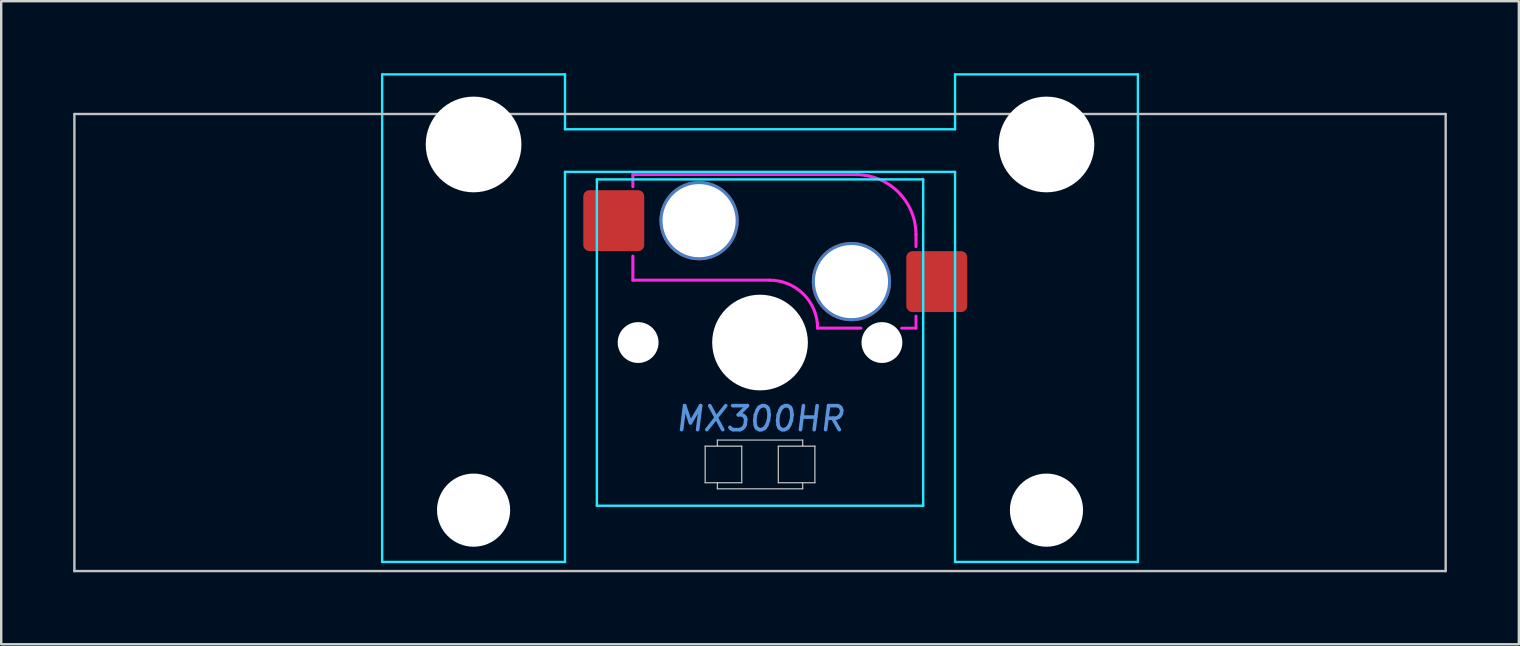
<source format=kicad_pcb>
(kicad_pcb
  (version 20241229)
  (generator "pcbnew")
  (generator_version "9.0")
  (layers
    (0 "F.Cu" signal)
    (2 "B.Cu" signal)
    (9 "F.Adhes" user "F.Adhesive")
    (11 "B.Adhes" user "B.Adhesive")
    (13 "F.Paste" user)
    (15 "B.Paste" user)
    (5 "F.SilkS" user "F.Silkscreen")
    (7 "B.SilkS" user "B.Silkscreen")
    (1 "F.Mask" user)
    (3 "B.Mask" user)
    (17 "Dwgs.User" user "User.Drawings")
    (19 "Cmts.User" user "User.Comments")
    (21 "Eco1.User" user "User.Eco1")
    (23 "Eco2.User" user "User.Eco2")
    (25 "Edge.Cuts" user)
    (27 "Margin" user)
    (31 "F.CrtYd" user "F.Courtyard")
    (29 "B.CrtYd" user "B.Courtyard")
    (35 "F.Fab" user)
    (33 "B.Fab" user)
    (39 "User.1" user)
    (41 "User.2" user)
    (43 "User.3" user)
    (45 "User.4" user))
  (footprint "MX300HR"
    (layer "F.Cu")
    (at 28.625 11.226)
    (property "Reference" "MX300HR" (at 0 3.175 0) (layer "Cmts.User") (effects (font (size 1 1) (thickness 0.15) (italic yes))))
    (attr smd)
    (fp_line (start -28.575 -9.525) (end -28.575 9.525) (stroke (width 0.1) (type solid)) (layer "Dwgs.User"))
    (fp_line (start -28.575 -9.525) (end 28.575 -9.525) (stroke (width 0.1) (type solid)) (layer "Dwgs.User"))
    (fp_line (start -28.575 9.525) (end 28.575 9.525) (stroke (width 0.1) (type solid)) (layer "Dwgs.User"))
    (fp_line (start -2.286 4.318) (end -0.762 4.318) (stroke (width 0.051) (type solid)) (layer "Dwgs.User"))
    (fp_line (start -2.286 5.842) (end -2.286 4.318) (stroke (width 0.051) (type solid)) (layer "Dwgs.User"))
    (fp_line (start -1.778 4.064) (end 1.778 4.064) (stroke (width 0.051) (type solid)) (layer "Dwgs.User"))
    (fp_line (start -1.778 4.318) (end -1.778 4.064) (stroke (width 0.051) (type solid)) (layer "Dwgs.User"))
    (fp_line (start -1.778 6.096) (end -1.778 5.842) (stroke (width 0.051) (type solid)) (layer "Dwgs.User"))
    (fp_line (start -0.762 4.318) (end -0.762 5.842) (stroke (width 0.051) (type solid)) (layer "Dwgs.User"))
    (fp_line (start -0.762 5.842) (end -2.286 5.842) (stroke (width 0.051) (type solid)) (layer "Dwgs.User"))
    (fp_line (start 0.762 4.318) (end 2.286 4.318) (stroke (width 0.051) (type solid)) (layer "Dwgs.User"))
    (fp_line (start 0.762 5.842) (end 0.762 4.318) (stroke (width 0.051) (type solid)) (layer "Dwgs.User"))
    (fp_line (start 1.778 4.064) (end 1.778 4.318) (stroke (width 0.051) (type solid)) (layer "Dwgs.User"))
    (fp_line (start 1.778 5.842) (end 1.778 6.096) (stroke (width 0.051) (type solid)) (layer "Dwgs.User"))
    (fp_line (start 1.778 6.096) (end -1.778 6.096) (stroke (width 0.051) (type solid)) (layer "Dwgs.User"))
    (fp_line (start 2.286 4.318) (end 2.286 5.842) (stroke (width 0.051) (type solid)) (layer "Dwgs.User"))
    (fp_line (start 2.286 5.842) (end 0.762 5.842) (stroke (width 0.051) (type solid)) (layer "Dwgs.User"))
    (fp_line (start 28.575 -9.525) (end 28.575 9.525) (stroke (width 0.1) (type solid)) (layer "Dwgs.User"))
    (fp_line (start -15.438 -8.515) (end -15.438 5.485) (stroke (width 0.1) (type solid)) (layer "Eco1.User"))
    (fp_line (start -14.938 -9.015) (end -8.938 -9.015) (stroke (width 0.1) (type solid)) (layer "Eco1.User"))
    (fp_line (start -8.938 5.985) (end -14.938 5.985) (stroke (width 0.1) (type solid)) (layer "Eco1.User"))
    (fp_line (start -8.438 5.485) (end -8.438 -8.515) (stroke (width 0.1) (type solid)) (layer "Eco1.User"))
    (fp_line (start -7 -6.5) (end -7 6.5) (stroke (width 0.1) (type solid)) (layer "Eco1.User"))
    (fp_line (start -6.5 7) (end 6.5 7) (stroke (width 0.1) (type solid)) (layer "Eco1.User"))
    (fp_line (start 6.5 -7) (end -6.5 -7) (stroke (width 0.1) (type solid)) (layer "Eco1.User"))
    (fp_line (start 7 6.5) (end 7 -6.5) (stroke (width 0.1) (type solid)) (layer "Eco1.User"))
    (fp_line (start 8.438 -8.515) (end 8.438 5.485) (stroke (width 0.1) (type solid)) (layer "Eco1.User"))
    (fp_line (start 8.938 -9.015) (end 14.938 -9.015) (stroke (width 0.1) (type solid)) (layer "Eco1.User"))
    (fp_line (start 14.938 5.985) (end 8.938 5.985) (stroke (width 0.1) (type solid)) (layer "Eco1.User"))
    (fp_line (start 15.438 5.485) (end 15.438 -8.515) (stroke (width 0.1) (type solid)) (layer "Eco1.User"))
    (fp_arc (start -15.438 -8.515) (mid -15.291553 -8.868553) (end -14.938 -9.015) (stroke (width 0.1) (type solid)) (layer "Eco1.User"))
    (fp_arc (start -14.938 5.985) (mid -15.291553 5.838553) (end -15.438 5.485) (stroke (width 0.1) (type solid)) (layer "Eco1.User"))
    (fp_arc (start -8.938 -9.015) (mid -8.584447 -8.868553) (end -8.438 -8.515) (stroke (width 0.1) (type solid)) (layer "Eco1.User"))
    (fp_arc (start -8.438 5.485) (mid -8.584447 5.838553) (end -8.938 5.985) (stroke (width 0.1) (type solid)) (layer "Eco1.User"))
    (fp_arc (start -7 -6.5) (mid -6.853553 -6.853553) (end -6.5 -7) (stroke (width 0.1) (type solid)) (layer "Eco1.User"))
    (fp_arc (start -6.5 7) (mid -6.853553 6.853553) (end -7 6.5) (stroke (width 0.1) (type solid)) (layer "Eco1.User"))
    (fp_arc (start 6.5 -7) (mid 6.853553 -6.853553) (end 7 -6.5) (stroke (width 0.1) (type solid)) (layer "Eco1.User"))
    (fp_arc (start 7 6.5) (mid 6.853553 6.853553) (end 6.5 7) (stroke (width 0.1) (type solid)) (layer "Eco1.User"))
    (fp_arc (start 8.438 -8.515) (mid 8.584447 -8.868553) (end 8.938 -9.015) (stroke (width 0.1) (type solid)) (layer "Eco1.User"))
    (fp_arc (start 8.938 5.985) (mid 8.584447 5.838553) (end 8.438 5.485) (stroke (width 0.1) (type solid)) (layer "Eco1.User"))
    (fp_arc (start 14.938 -9.015) (mid 15.291553 -8.868553) (end 15.438 -8.515) (stroke (width 0.1) (type solid)) (layer "Eco1.User"))
    (fp_arc (start 15.438 5.485) (mid 15.291553 5.838553) (end 14.938 5.985) (stroke (width 0.1) (type solid)) (layer "Eco1.User"))
    (fp_line (start -15.748 -11.176) (end -15.748 9.144) (stroke (width 0.1) (type solid)) (layer "B.CrtYd"))
    (fp_line (start -15.748 -11.176) (end -8.128 -11.176) (stroke (width 0.1) (type solid)) (layer "B.CrtYd"))
    (fp_line (start -8.128 -8.89) (end -8.128 -11.176) (stroke (width 0.1) (type solid)) (layer "B.CrtYd"))
    (fp_line (start -8.128 -7.112) (end -8.128 9.142) (stroke (width 0.1) (type solid)) (layer "B.CrtYd"))
    (fp_line (start -8.128 9.144) (end -15.748 9.144) (stroke (width 0.1) (type solid)) (layer "B.CrtYd"))
    (fp_line (start -6.8 -6.8) (end -6.8 6.8) (stroke (width 0.1) (type solid)) (layer "B.CrtYd"))
    (fp_line (start 6.8 -6.8) (end -6.8 -6.8) (stroke (width 0.1) (type solid)) (layer "B.CrtYd"))
    (fp_line (start 6.8 -6.8) (end 6.8 6.8) (stroke (width 0.1) (type solid)) (layer "B.CrtYd"))
    (fp_line (start 6.8 6.8) (end -6.8 6.8) (stroke (width 0.1) (type solid)) (layer "B.CrtYd"))
    (fp_line (start 8.128 -8.89) (end -8.128 -8.89) (stroke (width 0.1) (type solid)) (layer "B.CrtYd"))
    (fp_line (start 8.128 -8.89) (end 8.128 -11.176) (stroke (width 0.1) (type solid)) (layer "B.CrtYd"))
    (fp_line (start 8.128 -7.112) (end -8.128 -7.112) (stroke (width 0.1) (type solid)) (layer "B.CrtYd"))
    (fp_line (start 8.128 -7.112) (end 8.128 9.144) (stroke (width 0.1) (type solid)) (layer "B.CrtYd"))
    (fp_line (start 8.128 9.144) (end 15.748 9.144) (stroke (width 0.1) (type solid)) (layer "B.CrtYd"))
    (fp_line (start 15.748 -11.176) (end 8.128 -11.176) (stroke (width 0.1) (type solid)) (layer "B.CrtYd"))
    (fp_line (start 15.748 9.144) (end 15.748 -11.176) (stroke (width 0.1) (type solid)) (layer "B.CrtYd"))
    (fp_line (start -5.3 -7) (end -5.3 -6.5) (stroke (width 0.127) (type solid)) (layer "F.CrtYd"))
    (fp_line (start -5.3 -3.6) (end -5.3 -2.6) (stroke (width 0.127) (type solid)) (layer "F.CrtYd"))
    (fp_line (start -5.2 -7) (end -5.3 -7) (stroke (width 0.12) (type solid)) (layer "F.CrtYd"))
    (fp_line (start 0.4 -2.6) (end -5.3 -2.6) (stroke (width 0.127) (type solid)) (layer "F.CrtYd"))
    (fp_line (start 4 -7) (end -5.2 -7) (stroke (width 0.12) (type solid)) (layer "F.CrtYd"))
    (fp_line (start 4.2 -0.6) (end 2.4 -0.6) (stroke (width 0.127) (type solid)) (layer "F.CrtYd"))
    (fp_line (start 6.5 -4.5) (end 6.5 -4) (stroke (width 0.127) (type solid)) (layer "F.CrtYd"))
    (fp_line (start 6.5 -1.1) (end 6.5 -0.6) (stroke (width 0.12) (type solid)) (layer "F.CrtYd"))
    (fp_line (start 6.5 -0.6) (end 5.9 -0.6) (stroke (width 0.12) (type solid)) (layer "F.CrtYd"))
    (fp_arc (start 0.4 -2.6) (mid 1.814214 -2.014214) (end 2.4 -0.6) (stroke (width 0.127) (type solid)) (layer "F.CrtYd"))
    (fp_arc (start 4 -7) (mid 5.767767 -6.267767) (end 6.5 -4.5) (stroke (width 0.127) (type solid)) (layer "F.CrtYd"))
    (pad "" np_thru_hole circle (at -11.938 -8.255 180) (size 3.988 3.988) (drill 3.988) (layers "*.Cu" "*.Mask"))
    (pad "" np_thru_hole circle (at -11.938 6.985 180) (size 3.048 3.048) (drill 3.048) (layers "*.Cu" "*.Mask"))
    (pad "" np_thru_hole circle (at -5.08 0) (size 1.702 1.702) (drill 1.702) (layers "*.Cu" "*.Mask"))
    (pad "" np_thru_hole circle (at -2.54 -5.08) (size 3.302 3.302) (drill 3.048) (layers "*.Cu" "*.Mask"))
    (pad "" np_thru_hole circle (at 0 0) (size 3.988 3.988) (drill 3.988) (layers "*.Cu" "*.Mask"))
    (pad "" np_thru_hole circle (at 3.81 -2.54) (size 3.302 3.302) (drill 3.048) (layers "*.Cu" "*.Mask"))
    (pad "" np_thru_hole circle (at 5.08 0) (size 1.702 1.702) (drill 1.702) (layers "*.Cu" "*.Mask"))
    (pad "" np_thru_hole circle (at 11.938 -8.255 180) (size 3.988 3.988) (drill 3.988) (layers "*.Cu" "*.Mask"))
    (pad "" np_thru_hole circle (at 11.938 6.985 180) (size 3.048 3.048) (drill 3.048) (layers "*.Cu" "*.Mask"))
    (pad "1" smd roundrect (at -6.096 -5.08) (size 2.54 2.54) (layers "F.Cu" "F.Mask" "F.Paste") (roundrect_rratio 0.1))
    (pad "2" smd roundrect (at 7.366 -2.54) (size 2.54 2.54) (layers "F.Cu" "F.Mask" "F.Paste") (roundrect_rratio 0.1)))
  (gr_rect
    (start -3 -3)
    (end 60.25 23.801)
    (stroke (width 0.1) (type default))
    (fill no)
    (layer "Edge.Cuts")))
</source>
